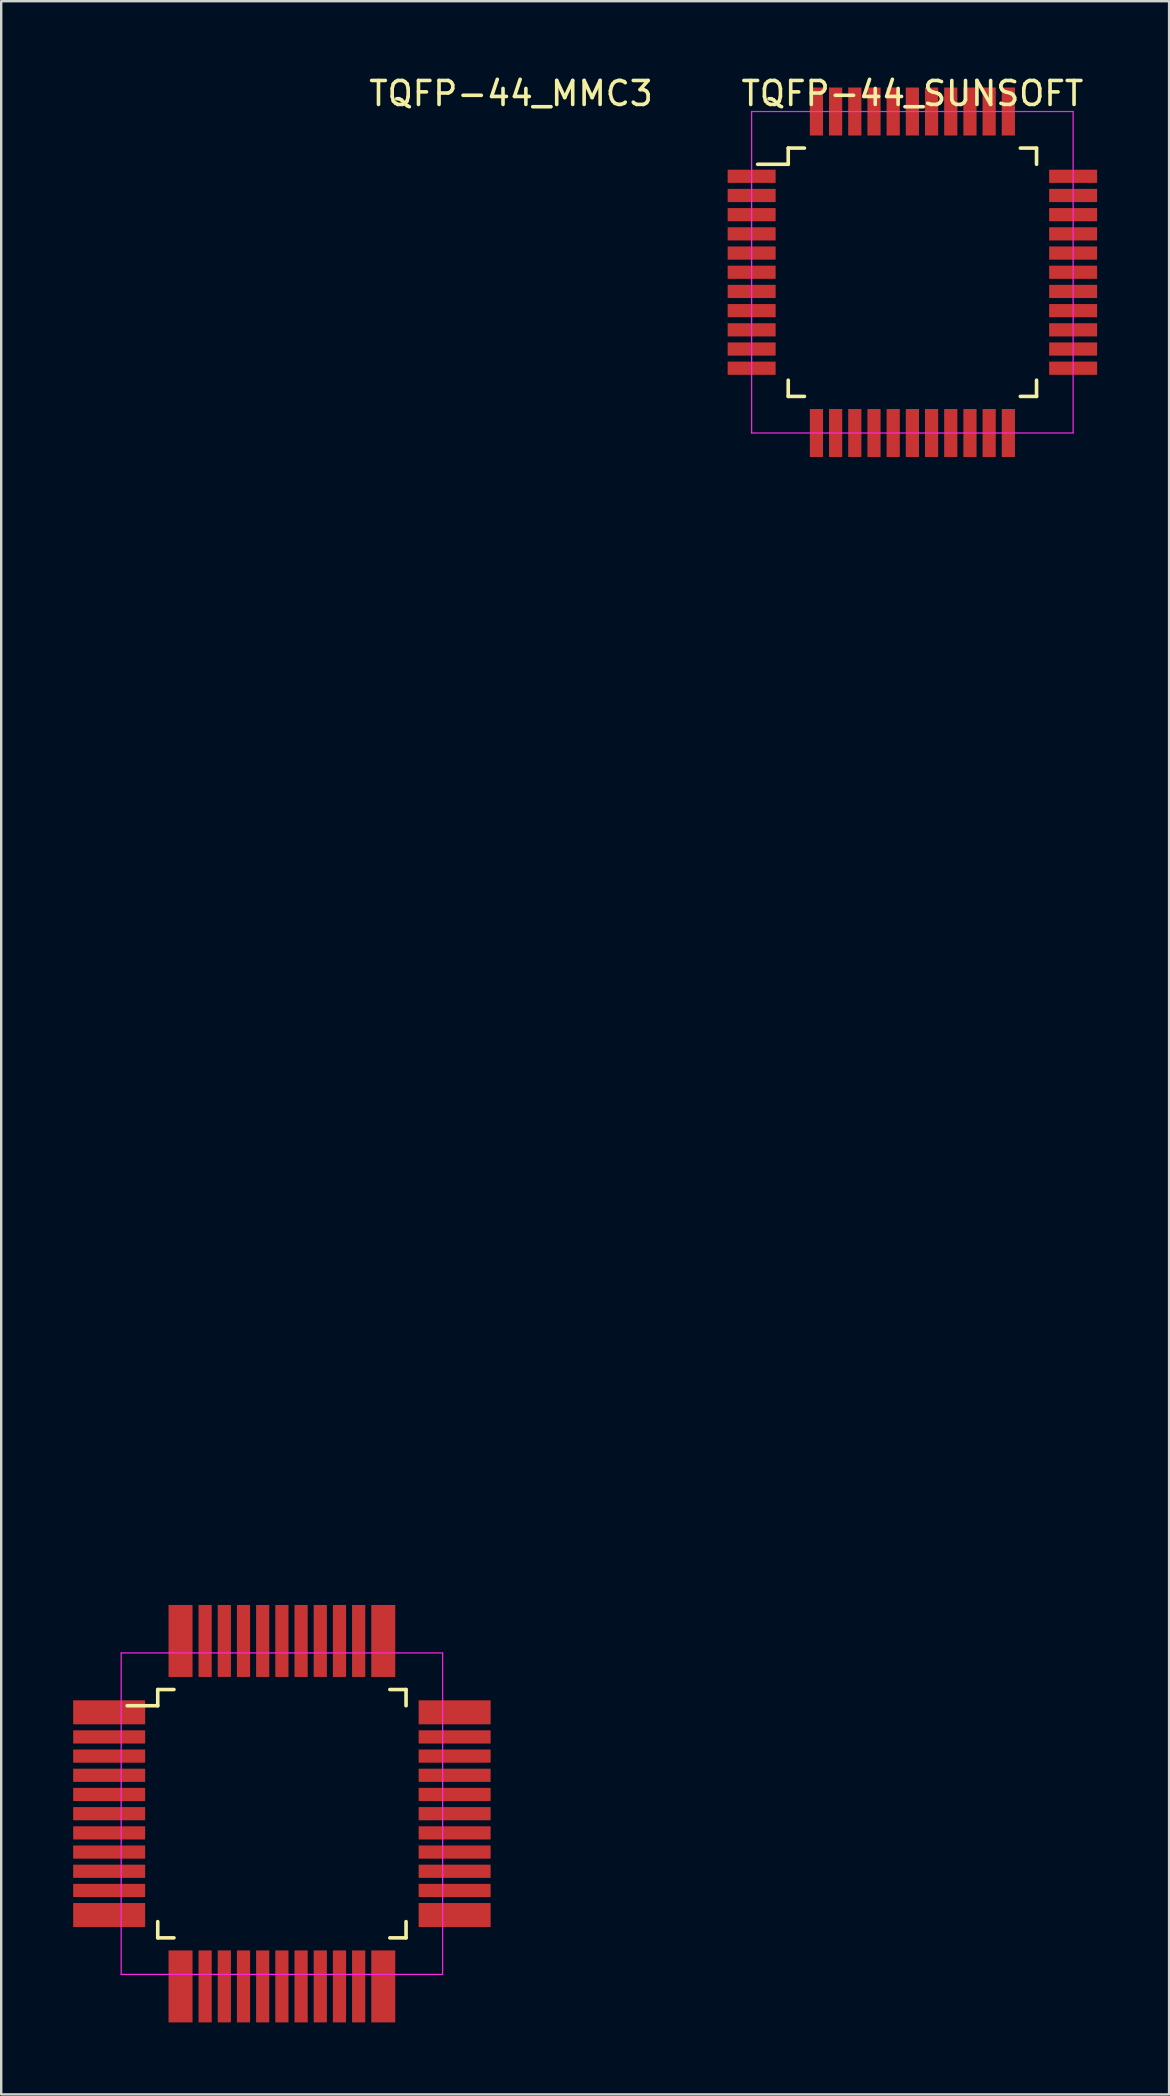
<source format=kicad_pcb>
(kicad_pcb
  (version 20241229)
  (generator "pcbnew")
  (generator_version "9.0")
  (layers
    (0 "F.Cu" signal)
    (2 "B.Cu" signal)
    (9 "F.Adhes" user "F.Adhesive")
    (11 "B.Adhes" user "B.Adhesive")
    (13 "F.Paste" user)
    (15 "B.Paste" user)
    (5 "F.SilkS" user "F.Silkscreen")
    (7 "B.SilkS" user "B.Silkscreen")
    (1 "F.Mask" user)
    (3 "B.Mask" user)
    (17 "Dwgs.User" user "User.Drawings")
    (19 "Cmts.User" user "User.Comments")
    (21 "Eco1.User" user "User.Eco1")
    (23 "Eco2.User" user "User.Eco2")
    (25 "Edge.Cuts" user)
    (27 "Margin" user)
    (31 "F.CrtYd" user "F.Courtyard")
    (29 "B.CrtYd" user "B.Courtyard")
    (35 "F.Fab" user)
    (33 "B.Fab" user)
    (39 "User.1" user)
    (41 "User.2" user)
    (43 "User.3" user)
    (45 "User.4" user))
  (footprint "TQFP-44_MMC3"
    (layer "F.Cu")
    (at 8.7 72.548)
    (property "Reference" "TQFP-44_MMC3" (at 9.55 -71.7 0) (layer "F.SilkS") (effects (font (size 1 1) (thickness 0.15))))
    (attr smd)
    (fp_line (start -5.175 -5.175) (end -5.175 -4.5) (stroke (width 0.15) (type solid)) (layer "F.SilkS"))
    (fp_line (start -5.175 -5.175) (end -4.5 -5.175) (stroke (width 0.15) (type solid)) (layer "F.SilkS"))
    (fp_line (start -5.175 -4.5) (end -6.45 -4.5) (stroke (width 0.15) (type solid)) (layer "F.SilkS"))
    (fp_line (start -5.175 5.175) (end -5.175 4.5) (stroke (width 0.15) (type solid)) (layer "F.SilkS"))
    (fp_line (start -5.175 5.175) (end -4.5 5.175) (stroke (width 0.15) (type solid)) (layer "F.SilkS"))
    (fp_line (start 5.175 -5.175) (end 4.5 -5.175) (stroke (width 0.15) (type solid)) (layer "F.SilkS"))
    (fp_line (start 5.175 -5.175) (end 5.175 -4.5) (stroke (width 0.15) (type solid)) (layer "F.SilkS"))
    (fp_line (start 5.175 5.175) (end 4.5 5.175) (stroke (width 0.15) (type solid)) (layer "F.SilkS"))
    (fp_line (start 5.175 5.175) (end 5.175 4.5) (stroke (width 0.15) (type solid)) (layer "F.SilkS"))
    (fp_line (start -6.7 -6.7) (end -6.7 6.7) (stroke (width 0.05) (type solid)) (layer "F.CrtYd"))
    (fp_line (start -6.7 -6.7) (end 6.7 -6.7) (stroke (width 0.05) (type solid)) (layer "F.CrtYd"))
    (fp_line (start -6.7 6.7) (end 6.7 6.7) (stroke (width 0.05) (type solid)) (layer "F.CrtYd"))
    (fp_line (start 6.7 -6.7) (end 6.7 6.7) (stroke (width 0.05) (type solid)) (layer "F.CrtYd"))
    (pad "1" smd rect (at -7.2 -4.225) (size 3 1) (layers "F.Cu" "F.Mask" "F.Paste"))
    (pad "2" smd rect (at -7.2 -3.2) (size 3 0.55) (layers "F.Cu" "F.Mask" "F.Paste"))
    (pad "3" smd rect (at -7.2 -2.4) (size 3 0.55) (layers "F.Cu" "F.Mask" "F.Paste"))
    (pad "4" smd rect (at -7.2 -1.6) (size 3 0.55) (layers "F.Cu" "F.Mask" "F.Paste"))
    (pad "5" smd rect (at -7.2 -0.8) (size 3 0.55) (layers "F.Cu" "F.Mask" "F.Paste"))
    (pad "6" smd rect (at -7.2 0) (size 3 0.55) (layers "F.Cu" "F.Mask" "F.Paste"))
    (pad "7" smd rect (at -7.2 0.8) (size 3 0.55) (layers "F.Cu" "F.Mask" "F.Paste"))
    (pad "8" smd rect (at -7.2 1.6) (size 3 0.55) (layers "F.Cu" "F.Mask" "F.Paste"))
    (pad "9" smd rect (at -7.2 2.4) (size 3 0.55) (layers "F.Cu" "F.Mask" "F.Paste"))
    (pad "10" smd rect (at -7.2 3.2) (size 3 0.55) (layers "F.Cu" "F.Mask" "F.Paste"))
    (pad "11" smd rect (at -7.2 4.225) (size 3 1) (layers "F.Cu" "F.Mask" "F.Paste"))
    (pad "12" smd rect (at -4.225 7.2 90) (size 3 1) (layers "F.Cu" "F.Mask" "F.Paste"))
    (pad "13" smd rect (at -3.2 7.2 90) (size 3 0.55) (layers "F.Cu" "F.Mask" "F.Paste"))
    (pad "14" smd rect (at -2.4 7.2 90) (size 3 0.55) (layers "F.Cu" "F.Mask" "F.Paste"))
    (pad "15" smd rect (at -1.6 7.2 90) (size 3 0.55) (layers "F.Cu" "F.Mask" "F.Paste"))
    (pad "16" smd rect (at -0.8 7.2 90) (size 3 0.55) (layers "F.Cu" "F.Mask" "F.Paste"))
    (pad "17" smd rect (at 0 7.2 90) (size 3 0.55) (layers "F.Cu" "F.Mask" "F.Paste"))
    (pad "18" smd rect (at 0.8 7.2 90) (size 3 0.55) (layers "F.Cu" "F.Mask" "F.Paste"))
    (pad "19" smd rect (at 1.6 7.2 90) (size 3 0.55) (layers "F.Cu" "F.Mask" "F.Paste"))
    (pad "20" smd rect (at 2.4 7.2 90) (size 3 0.55) (layers "F.Cu" "F.Mask" "F.Paste"))
    (pad "21" smd rect (at 3.2 7.2 90) (size 3 0.55) (layers "F.Cu" "F.Mask" "F.Paste"))
    (pad "22" smd rect (at 4.225 7.2 90) (size 3 1) (layers "F.Cu" "F.Mask" "F.Paste"))
    (pad "23" smd rect (at 7.2 4.225) (size 3 1) (layers "F.Cu" "F.Mask" "F.Paste"))
    (pad "24" smd rect (at 7.2 3.2) (size 3 0.55) (layers "F.Cu" "F.Mask" "F.Paste"))
    (pad "25" smd rect (at 7.2 2.4) (size 3 0.55) (layers "F.Cu" "F.Mask" "F.Paste"))
    (pad "26" smd rect (at 7.2 1.6) (size 3 0.55) (layers "F.Cu" "F.Mask" "F.Paste"))
    (pad "27" smd rect (at 7.2 0.8) (size 3 0.55) (layers "F.Cu" "F.Mask" "F.Paste"))
    (pad "28" smd rect (at 7.2 0) (size 3 0.55) (layers "F.Cu" "F.Mask" "F.Paste"))
    (pad "29" smd rect (at 7.2 -0.8) (size 3 0.55) (layers "F.Cu" "F.Mask" "F.Paste"))
    (pad "30" smd rect (at 7.2 -1.6) (size 3 0.55) (layers "F.Cu" "F.Mask" "F.Paste"))
    (pad "31" smd rect (at 7.2 -2.4) (size 3 0.55) (layers "F.Cu" "F.Mask" "F.Paste"))
    (pad "32" smd rect (at 7.2 -3.2) (size 3 0.55) (layers "F.Cu" "F.Mask" "F.Paste"))
    (pad "33" smd rect (at 7.2 -4.225) (size 3 1) (layers "F.Cu" "F.Mask" "F.Paste"))
    (pad "34" smd rect (at 4.225 -7.2 90) (size 3 1) (layers "F.Cu" "F.Mask" "F.Paste"))
    (pad "35" smd rect (at 3.2 -7.2 90) (size 3 0.55) (layers "F.Cu" "F.Mask" "F.Paste"))
    (pad "36" smd rect (at 2.4 -7.2 90) (size 3 0.55) (layers "F.Cu" "F.Mask" "F.Paste"))
    (pad "37" smd rect (at 1.6 -7.2 90) (size 3 0.55) (layers "F.Cu" "F.Mask" "F.Paste"))
    (pad "38" smd rect (at 0.8 -7.2 90) (size 3 0.55) (layers "F.Cu" "F.Mask" "F.Paste"))
    (pad "39" smd rect (at 0 -7.2 90) (size 3 0.55) (layers "F.Cu" "F.Mask" "F.Paste"))
    (pad "40" smd rect (at -0.8 -7.2 90) (size 3 0.55) (layers "F.Cu" "F.Mask" "F.Paste"))
    (pad "41" smd rect (at -1.6 -7.2 90) (size 3 0.55) (layers "F.Cu" "F.Mask" "F.Paste"))
    (pad "42" smd rect (at -2.4 -7.2 90) (size 3 0.55) (layers "F.Cu" "F.Mask" "F.Paste"))
    (pad "43" smd rect (at -3.2 -7.2 90) (size 3 0.55) (layers "F.Cu" "F.Mask" "F.Paste"))
    (pad "44" smd rect (at -4.225 -7.2 90) (size 3 1) (layers "F.Cu" "F.Mask" "F.Paste")))
  (footprint "TQFP-44_SUNSOFT"
    (layer "F.Cu")
    (at 34.98 8.298)
    (property "Reference" "TQFP-44_SUNSOFT" (at 0 -7.45 0) (layer "F.SilkS") (effects (font (size 1 1) (thickness 0.15))))
    (attr smd)
    (fp_line (start -5.175 -5.175) (end -5.175 -4.5) (stroke (width 0.15) (type solid)) (layer "F.SilkS"))
    (fp_line (start -5.175 -5.175) (end -4.5 -5.175) (stroke (width 0.15) (type solid)) (layer "F.SilkS"))
    (fp_line (start -5.175 -4.5) (end -6.45 -4.5) (stroke (width 0.15) (type solid)) (layer "F.SilkS"))
    (fp_line (start -5.175 5.175) (end -5.175 4.5) (stroke (width 0.15) (type solid)) (layer "F.SilkS"))
    (fp_line (start -5.175 5.175) (end -4.5 5.175) (stroke (width 0.15) (type solid)) (layer "F.SilkS"))
    (fp_line (start 5.175 -5.175) (end 4.5 -5.175) (stroke (width 0.15) (type solid)) (layer "F.SilkS"))
    (fp_line (start 5.175 -5.175) (end 5.175 -4.5) (stroke (width 0.15) (type solid)) (layer "F.SilkS"))
    (fp_line (start 5.175 5.175) (end 4.5 5.175) (stroke (width 0.15) (type solid)) (layer "F.SilkS"))
    (fp_line (start 5.175 5.175) (end 5.175 4.5) (stroke (width 0.15) (type solid)) (layer "F.SilkS"))
    (fp_line (start -6.7 -6.7) (end -6.7 6.7) (stroke (width 0.05) (type solid)) (layer "F.CrtYd"))
    (fp_line (start -6.7 -6.7) (end 6.7 -6.7) (stroke (width 0.05) (type solid)) (layer "F.CrtYd"))
    (fp_line (start -6.7 6.7) (end 6.7 6.7) (stroke (width 0.05) (type solid)) (layer "F.CrtYd"))
    (fp_line (start 6.7 -6.7) (end 6.7 6.7) (stroke (width 0.05) (type solid)) (layer "F.CrtYd"))
    (pad "1" smd rect (at -6.7 -4) (size 2 0.55) (layers "F.Cu" "F.Mask" "F.Paste"))
    (pad "2" smd rect (at -6.7 -3.2) (size 2 0.55) (layers "F.Cu" "F.Mask" "F.Paste"))
    (pad "3" smd rect (at -6.7 -2.4) (size 2 0.55) (layers "F.Cu" "F.Mask" "F.Paste"))
    (pad "4" smd rect (at -6.7 -1.6) (size 2 0.55) (layers "F.Cu" "F.Mask" "F.Paste"))
    (pad "5" smd rect (at -6.7 -0.8) (size 2 0.55) (layers "F.Cu" "F.Mask" "F.Paste"))
    (pad "6" smd rect (at -6.7 0) (size 2 0.55) (layers "F.Cu" "F.Mask" "F.Paste"))
    (pad "7" smd rect (at -6.7 0.8) (size 2 0.55) (layers "F.Cu" "F.Mask" "F.Paste"))
    (pad "8" smd rect (at -6.7 1.6) (size 2 0.55) (layers "F.Cu" "F.Mask" "F.Paste"))
    (pad "9" smd rect (at -6.7 2.4) (size 2 0.55) (layers "F.Cu" "F.Mask" "F.Paste"))
    (pad "10" smd rect (at -6.7 3.2) (size 2 0.55) (layers "F.Cu" "F.Mask" "F.Paste"))
    (pad "11" smd rect (at -6.7 4) (size 2 0.55) (layers "F.Cu" "F.Mask" "F.Paste"))
    (pad "12" smd rect (at -4 6.7 90) (size 2 0.55) (layers "F.Cu" "F.Mask" "F.Paste"))
    (pad "13" smd rect (at -3.2 6.7 90) (size 2 0.55) (layers "F.Cu" "F.Mask" "F.Paste"))
    (pad "14" smd rect (at -2.4 6.7 90) (size 2 0.55) (layers "F.Cu" "F.Mask" "F.Paste"))
    (pad "15" smd rect (at -1.6 6.7 90) (size 2 0.55) (layers "F.Cu" "F.Mask" "F.Paste"))
    (pad "16" smd rect (at -0.8 6.7 90) (size 2 0.55) (layers "F.Cu" "F.Mask" "F.Paste"))
    (pad "17" smd rect (at 0 6.7 90) (size 2 0.55) (layers "F.Cu" "F.Mask" "F.Paste"))
    (pad "18" smd rect (at 0.8 6.7 90) (size 2 0.55) (layers "F.Cu" "F.Mask" "F.Paste"))
    (pad "19" smd rect (at 1.6 6.7 90) (size 2 0.55) (layers "F.Cu" "F.Mask" "F.Paste"))
    (pad "20" smd rect (at 2.4 6.7 90) (size 2 0.55) (layers "F.Cu" "F.Mask" "F.Paste"))
    (pad "21" smd rect (at 3.2 6.7 90) (size 2 0.55) (layers "F.Cu" "F.Mask" "F.Paste"))
    (pad "22" smd rect (at 4 6.7 90) (size 2 0.55) (layers "F.Cu" "F.Mask" "F.Paste"))
    (pad "23" smd rect (at 6.7 4) (size 2 0.55) (layers "F.Cu" "F.Mask" "F.Paste"))
    (pad "24" smd rect (at 6.7 3.2) (size 2 0.55) (layers "F.Cu" "F.Mask" "F.Paste"))
    (pad "25" smd rect (at 6.7 2.4) (size 2 0.55) (layers "F.Cu" "F.Mask" "F.Paste"))
    (pad "26" smd rect (at 6.7 1.6) (size 2 0.55) (layers "F.Cu" "F.Mask" "F.Paste"))
    (pad "27" smd rect (at 6.7 0.8) (size 2 0.55) (layers "F.Cu" "F.Mask" "F.Paste"))
    (pad "28" smd rect (at 6.7 0) (size 2 0.55) (layers "F.Cu" "F.Mask" "F.Paste"))
    (pad "29" smd rect (at 6.7 -0.8) (size 2 0.55) (layers "F.Cu" "F.Mask" "F.Paste"))
    (pad "30" smd rect (at 6.7 -1.6) (size 2 0.55) (layers "F.Cu" "F.Mask" "F.Paste"))
    (pad "31" smd rect (at 6.7 -2.4) (size 2 0.55) (layers "F.Cu" "F.Mask" "F.Paste"))
    (pad "32" smd rect (at 6.7 -3.2) (size 2 0.55) (layers "F.Cu" "F.Mask" "F.Paste"))
    (pad "33" smd rect (at 6.7 -4) (size 2 0.55) (layers "F.Cu" "F.Mask" "F.Paste"))
    (pad "34" smd rect (at 4 -6.7 90) (size 2 0.55) (layers "F.Cu" "F.Mask" "F.Paste"))
    (pad "35" smd rect (at 3.2 -6.7 90) (size 2 0.55) (layers "F.Cu" "F.Mask" "F.Paste"))
    (pad "36" smd rect (at 2.4 -6.7 90) (size 2 0.55) (layers "F.Cu" "F.Mask" "F.Paste"))
    (pad "37" smd rect (at 1.6 -6.7 90) (size 2 0.55) (layers "F.Cu" "F.Mask" "F.Paste"))
    (pad "38" smd rect (at 0.8 -6.7 90) (size 2 0.55) (layers "F.Cu" "F.Mask" "F.Paste"))
    (pad "39" smd rect (at 0 -6.7 90) (size 2 0.55) (layers "F.Cu" "F.Mask" "F.Paste"))
    (pad "40" smd rect (at -0.8 -6.7 90) (size 2 0.55) (layers "F.Cu" "F.Mask" "F.Paste"))
    (pad "41" smd rect (at -1.6 -6.7 90) (size 2 0.55) (layers "F.Cu" "F.Mask" "F.Paste"))
    (pad "42" smd rect (at -2.4 -6.7 90) (size 2 0.55) (layers "F.Cu" "F.Mask" "F.Paste"))
    (pad "43" smd rect (at -3.2 -6.7 90) (size 2 0.55) (layers "F.Cu" "F.Mask" "F.Paste"))
    (pad "44" smd rect (at -4 -6.7 90) (size 2 0.55) (layers "F.Cu" "F.Mask" "F.Paste")))
  (gr_rect
    (start -3 -3)
    (end 45.68 84.248)
    (stroke (width 0.1) (type default))
    (fill no)
    (layer "Edge.Cuts")))
</source>
